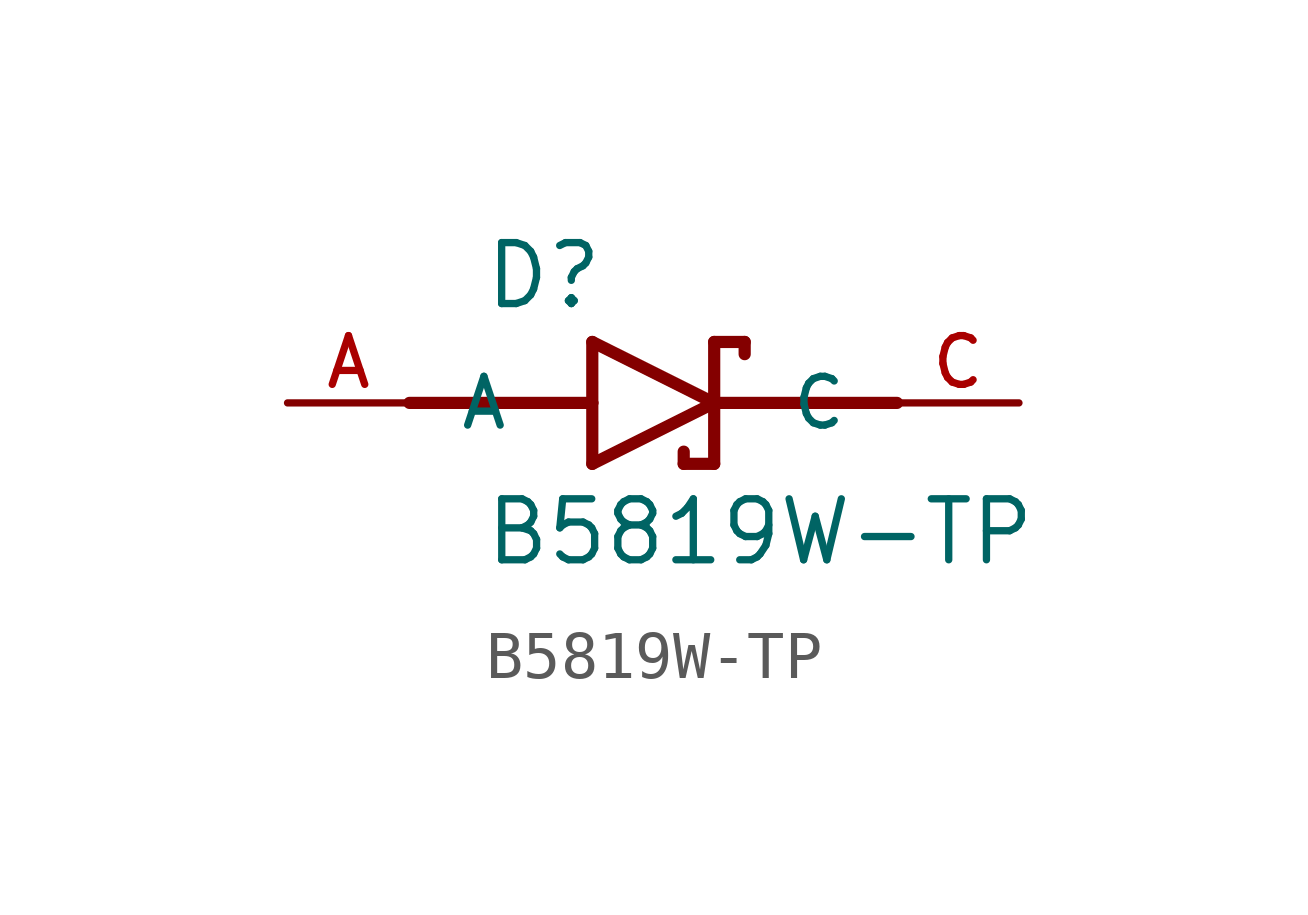
<source format=kicad_sym>
(kicad_symbol_lib
  (version 20211014)
  (generator kicad_symbol_editor)
  (symbol "B5819W-TP"
    (pin_names
      (offset 1.016))
    (property "Reference" "D"
      (at -3.561 1.907 0)
      (effects (font (size 1.27 1.27)) (justify bottom left)))
    (property "Value" "B5819W-TP"
      (at -3.559 -3.432 0)
      (effects (font (size 1.27 1.27)) (justify bottom left)))
    (symbol "B5819W-TP_0_0"
      (polyline (pts (xy -1.27 -1.27) (xy 1.27 0.0)) (stroke (width 0.254)))
      (polyline (pts (xy 1.27 0.0) (xy -1.27 1.27)) (stroke (width 0.254)))
      (polyline (pts (xy 1.905 1.27) (xy 1.27 1.27)) (stroke (width 0.254)))
      (polyline (pts (xy 1.27 1.27) (xy 1.27 0.0)) (stroke (width 0.254)))
      (polyline (pts (xy -1.27 1.27) (xy -1.27 0.0)) (stroke (width 0.254)))
      (polyline (pts (xy -1.27 0.0) (xy -1.27 -1.27)) (stroke (width 0.254)))
      (polyline (pts (xy 1.27 0.0) (xy 1.27 -1.27)) (stroke (width 0.254)))
      (polyline (pts (xy 1.905 1.27) (xy 1.905 1.016)) (stroke (width 0.254)))
      (polyline (pts (xy 1.27 -1.27) (xy 0.635 -1.27)) (stroke (width 0.254)))
      (polyline (pts (xy 0.635 -1.016) (xy 0.635 -1.27)) (stroke (width 0.254)))
      (polyline (pts (xy -5.08 0.0) (xy -1.27 0.0)) (stroke (width 0.254)))
      (polyline (pts (xy 1.27 0.0) (xy 5.08 0.0)) (stroke (width 0.254)))
      (pin passive line (at -7.62 0.0 0) (length 2.54) (name "A" (effects (font (size 1.016 1.016)))) (number "A" (effects (font (size 1.016 1.016)))))
      (pin passive line (at 7.62 0.0 180.0) (length 2.54) (name "C" (effects (font (size 1.016 1.016)))) (number "C" (effects (font (size 1.016 1.016))))))))
</source>
